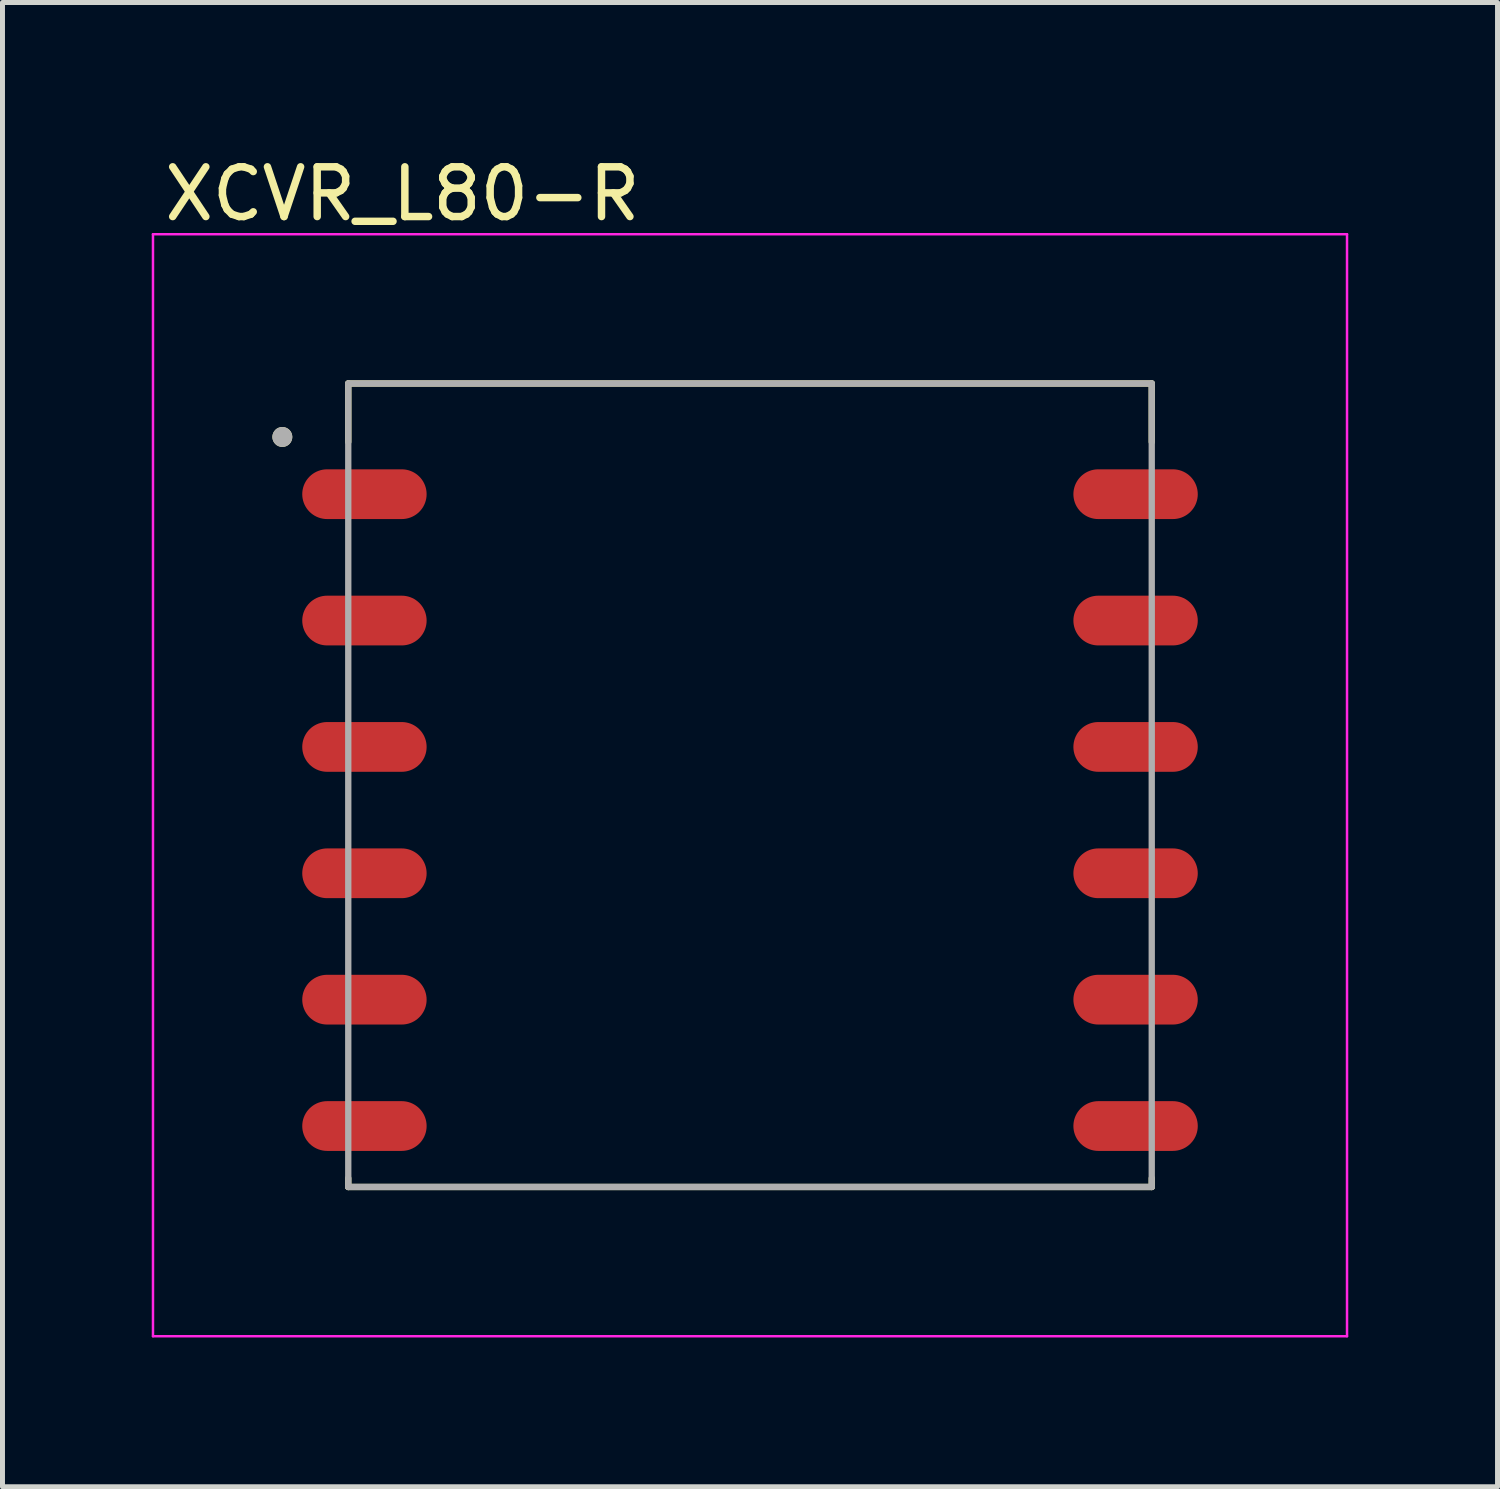
<source format=kicad_pcb>
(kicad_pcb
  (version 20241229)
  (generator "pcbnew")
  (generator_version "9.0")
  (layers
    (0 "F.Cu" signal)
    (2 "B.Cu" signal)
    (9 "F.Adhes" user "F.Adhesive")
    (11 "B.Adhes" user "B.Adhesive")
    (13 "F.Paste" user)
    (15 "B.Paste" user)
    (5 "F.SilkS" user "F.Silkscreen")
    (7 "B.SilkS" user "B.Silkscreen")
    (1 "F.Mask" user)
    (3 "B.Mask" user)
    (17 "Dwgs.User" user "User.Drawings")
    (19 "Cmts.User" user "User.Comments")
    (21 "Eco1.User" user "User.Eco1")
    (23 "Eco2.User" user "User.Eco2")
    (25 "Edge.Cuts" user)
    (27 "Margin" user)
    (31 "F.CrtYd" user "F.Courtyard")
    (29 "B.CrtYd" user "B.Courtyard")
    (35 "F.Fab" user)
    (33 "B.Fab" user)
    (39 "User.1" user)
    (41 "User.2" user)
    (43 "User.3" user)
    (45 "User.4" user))
  (footprint "XCVR_L80-R"
    (layer "F.Cu")
    (at 12.025 13.233)
    (property "Reference" "XCVR_L80-R" (at -6.985 -12.385 0) (layer "F.SilkS") (effects (font (size 1 1) (thickness 0.15))))
    (attr smd)
    (fp_line (start -8.075 -8.575) (end -8.075 -7.4) (stroke (width 0.127) (type solid)) (layer "F.SilkS"))
    (fp_line (start -8.075 -8.575) (end 8.075 -8.575) (stroke (width 0.127) (type solid)) (layer "F.SilkS"))
    (fp_line (start -8.075 7.575) (end -8.075 7.4) (stroke (width 0.127) (type solid)) (layer "F.SilkS"))
    (fp_line (start 8.075 -8.575) (end 8.075 -7.4) (stroke (width 0.127) (type solid)) (layer "F.SilkS"))
    (fp_line (start 8.075 7.575) (end -8.075 7.575) (stroke (width 0.127) (type solid)) (layer "F.SilkS"))
    (fp_line (start 8.075 7.575) (end 8.075 7.4) (stroke (width 0.127) (type solid)) (layer "F.SilkS"))
    (fp_circle (center -9.4 -7.5) (end -9.3 -7.5) (stroke (width 0.2) (type solid)) (fill no) (layer "F.SilkS"))
    (fp_poly (pts (xy -8 -6.85) (xy -7.1 -6.85) (xy -7.048 -6.847) (xy -6.996 -6.839) (xy -6.945 -6.826) (xy -6.897 -6.807) (xy -6.85 -6.783) (xy -6.806 -6.755) (xy -6.765 -6.722) (xy -6.728 -6.685) (xy -6.695 -6.644) (xy -6.667 -6.6) (xy -6.643 -6.553) (xy -6.624 -6.505) (xy -6.611 -6.454) (xy -6.603 -6.402) (xy -6.6 -6.35) (xy -6.603 -6.298) (xy -6.611 -6.246) (xy -6.624 -6.195) (xy -6.643 -6.147) (xy -6.667 -6.1) (xy -6.695 -6.056) (xy -6.728 -6.015) (xy -6.765 -5.978) (xy -6.806 -5.945) (xy -6.85 -5.917) (xy -6.897 -5.893) (xy -6.945 -5.874) (xy -6.996 -5.861) (xy -7.048 -5.853) (xy -7.1 -5.85) (xy -8.9 -5.85) (xy -8.952 -5.853) (xy -9.004 -5.861) (xy -9.055 -5.874) (xy -9.103 -5.893) (xy -9.15 -5.917) (xy -9.194 -5.945) (xy -9.235 -5.978) (xy -9.272 -6.015) (xy -9.305 -6.056) (xy -9.333 -6.1) (xy -9.357 -6.147) (xy -9.376 -6.195) (xy -9.389 -6.246) (xy -9.397 -6.298) (xy -9.4 -6.35) (xy -9.397 -6.402) (xy -9.389 -6.454) (xy -9.376 -6.505) (xy -9.357 -6.553) (xy -9.333 -6.6) (xy -9.305 -6.644) (xy -9.272 -6.685) (xy -9.235 -6.722) (xy -9.194 -6.755) (xy -9.15 -6.783) (xy -9.103 -6.807) (xy -9.055 -6.826) (xy -9.004 -6.839) (xy -8.952 -6.847) (xy -8.9 -6.85) (xy -8 -6.85)) (stroke (width 0.0001) (type solid)) (fill yes) (layer "F.Paste"))
    (fp_poly (pts (xy -8 -4.31) (xy -7.1 -4.31) (xy -7.048 -4.307) (xy -6.996 -4.299) (xy -6.945 -4.286) (xy -6.897 -4.267) (xy -6.85 -4.243) (xy -6.806 -4.215) (xy -6.765 -4.182) (xy -6.728 -4.145) (xy -6.695 -4.104) (xy -6.667 -4.06) (xy -6.643 -4.013) (xy -6.624 -3.965) (xy -6.611 -3.914) (xy -6.603 -3.862) (xy -6.6 -3.81) (xy -6.603 -3.758) (xy -6.611 -3.706) (xy -6.624 -3.655) (xy -6.643 -3.607) (xy -6.667 -3.56) (xy -6.695 -3.516) (xy -6.728 -3.475) (xy -6.765 -3.438) (xy -6.806 -3.405) (xy -6.85 -3.377) (xy -6.897 -3.353) (xy -6.945 -3.334) (xy -6.996 -3.321) (xy -7.048 -3.313) (xy -7.1 -3.31) (xy -8.9 -3.31) (xy -8.952 -3.313) (xy -9.004 -3.321) (xy -9.055 -3.334) (xy -9.103 -3.353) (xy -9.15 -3.377) (xy -9.194 -3.405) (xy -9.235 -3.438) (xy -9.272 -3.475) (xy -9.305 -3.516) (xy -9.333 -3.56) (xy -9.357 -3.607) (xy -9.376 -3.655) (xy -9.389 -3.706) (xy -9.397 -3.758) (xy -9.4 -3.81) (xy -9.397 -3.862) (xy -9.389 -3.914) (xy -9.376 -3.965) (xy -9.357 -4.013) (xy -9.333 -4.06) (xy -9.305 -4.104) (xy -9.272 -4.145) (xy -9.235 -4.182) (xy -9.194 -4.215) (xy -9.15 -4.243) (xy -9.103 -4.267) (xy -9.055 -4.286) (xy -9.004 -4.299) (xy -8.952 -4.307) (xy -8.9 -4.31) (xy -8 -4.31)) (stroke (width 0.0001) (type solid)) (fill yes) (layer "F.Paste"))
    (fp_poly (pts (xy -8 -1.77) (xy -7.1 -1.77) (xy -7.048 -1.767) (xy -6.996 -1.759) (xy -6.945 -1.746) (xy -6.897 -1.727) (xy -6.85 -1.703) (xy -6.806 -1.675) (xy -6.765 -1.642) (xy -6.728 -1.605) (xy -6.695 -1.564) (xy -6.667 -1.52) (xy -6.643 -1.473) (xy -6.624 -1.425) (xy -6.611 -1.374) (xy -6.603 -1.322) (xy -6.6 -1.27) (xy -6.603 -1.218) (xy -6.611 -1.166) (xy -6.624 -1.115) (xy -6.643 -1.067) (xy -6.667 -1.02) (xy -6.695 -0.976) (xy -6.728 -0.935) (xy -6.765 -0.898) (xy -6.806 -0.865) (xy -6.85 -0.837) (xy -6.897 -0.813) (xy -6.945 -0.794) (xy -6.996 -0.781) (xy -7.048 -0.773) (xy -7.1 -0.77) (xy -8.9 -0.77) (xy -8.952 -0.773) (xy -9.004 -0.781) (xy -9.055 -0.794) (xy -9.103 -0.813) (xy -9.15 -0.837) (xy -9.194 -0.865) (xy -9.235 -0.898) (xy -9.272 -0.935) (xy -9.305 -0.976) (xy -9.333 -1.02) (xy -9.357 -1.067) (xy -9.376 -1.115) (xy -9.389 -1.166) (xy -9.397 -1.218) (xy -9.4 -1.27) (xy -9.397 -1.322) (xy -9.389 -1.374) (xy -9.376 -1.425) (xy -9.357 -1.473) (xy -9.333 -1.52) (xy -9.305 -1.564) (xy -9.272 -1.605) (xy -9.235 -1.642) (xy -9.194 -1.675) (xy -9.15 -1.703) (xy -9.103 -1.727) (xy -9.055 -1.746) (xy -9.004 -1.759) (xy -8.952 -1.767) (xy -8.9 -1.77) (xy -8 -1.77)) (stroke (width 0.0001) (type solid)) (fill yes) (layer "F.Paste"))
    (fp_poly (pts (xy -8 0.77) (xy -7.1 0.77) (xy -7.048 0.773) (xy -6.996 0.781) (xy -6.945 0.794) (xy -6.897 0.813) (xy -6.85 0.837) (xy -6.806 0.865) (xy -6.765 0.898) (xy -6.728 0.935) (xy -6.695 0.976) (xy -6.667 1.02) (xy -6.643 1.067) (xy -6.624 1.115) (xy -6.611 1.166) (xy -6.603 1.218) (xy -6.6 1.27) (xy -6.603 1.322) (xy -6.611 1.374) (xy -6.624 1.425) (xy -6.643 1.473) (xy -6.667 1.52) (xy -6.695 1.564) (xy -6.728 1.605) (xy -6.765 1.642) (xy -6.806 1.675) (xy -6.85 1.703) (xy -6.897 1.727) (xy -6.945 1.746) (xy -6.996 1.759) (xy -7.048 1.767) (xy -7.1 1.77) (xy -8.9 1.77) (xy -8.952 1.767) (xy -9.004 1.759) (xy -9.055 1.746) (xy -9.103 1.727) (xy -9.15 1.703) (xy -9.194 1.675) (xy -9.235 1.642) (xy -9.272 1.605) (xy -9.305 1.564) (xy -9.333 1.52) (xy -9.357 1.473) (xy -9.376 1.425) (xy -9.389 1.374) (xy -9.397 1.322) (xy -9.4 1.27) (xy -9.397 1.218) (xy -9.389 1.166) (xy -9.376 1.115) (xy -9.357 1.067) (xy -9.333 1.02) (xy -9.305 0.976) (xy -9.272 0.935) (xy -9.235 0.898) (xy -9.194 0.865) (xy -9.15 0.837) (xy -9.103 0.813) (xy -9.055 0.794) (xy -9.004 0.781) (xy -8.952 0.773) (xy -8.9 0.77) (xy -8 0.77)) (stroke (width 0.0001) (type solid)) (fill yes) (layer "F.Paste"))
    (fp_poly (pts (xy -8 3.31) (xy -7.1 3.31) (xy -7.048 3.313) (xy -6.996 3.321) (xy -6.945 3.334) (xy -6.897 3.353) (xy -6.85 3.377) (xy -6.806 3.405) (xy -6.765 3.438) (xy -6.728 3.475) (xy -6.695 3.516) (xy -6.667 3.56) (xy -6.643 3.607) (xy -6.624 3.655) (xy -6.611 3.706) (xy -6.603 3.758) (xy -6.6 3.81) (xy -6.603 3.862) (xy -6.611 3.914) (xy -6.624 3.965) (xy -6.643 4.013) (xy -6.667 4.06) (xy -6.695 4.104) (xy -6.728 4.145) (xy -6.765 4.182) (xy -6.806 4.215) (xy -6.85 4.243) (xy -6.897 4.267) (xy -6.945 4.286) (xy -6.996 4.299) (xy -7.048 4.307) (xy -7.1 4.31) (xy -8.9 4.31) (xy -8.952 4.307) (xy -9.004 4.299) (xy -9.055 4.286) (xy -9.103 4.267) (xy -9.15 4.243) (xy -9.194 4.215) (xy -9.235 4.182) (xy -9.272 4.145) (xy -9.305 4.104) (xy -9.333 4.06) (xy -9.357 4.013) (xy -9.376 3.965) (xy -9.389 3.914) (xy -9.397 3.862) (xy -9.4 3.81) (xy -9.397 3.758) (xy -9.389 3.706) (xy -9.376 3.655) (xy -9.357 3.607) (xy -9.333 3.56) (xy -9.305 3.516) (xy -9.272 3.475) (xy -9.235 3.438) (xy -9.194 3.405) (xy -9.15 3.377) (xy -9.103 3.353) (xy -9.055 3.334) (xy -9.004 3.321) (xy -8.952 3.313) (xy -8.9 3.31) (xy -8 3.31)) (stroke (width 0.0001) (type solid)) (fill yes) (layer "F.Paste"))
    (fp_poly (pts (xy -8 5.85) (xy -7.1 5.85) (xy -7.048 5.853) (xy -6.996 5.861) (xy -6.945 5.874) (xy -6.897 5.893) (xy -6.85 5.917) (xy -6.806 5.945) (xy -6.765 5.978) (xy -6.728 6.015) (xy -6.695 6.056) (xy -6.667 6.1) (xy -6.643 6.147) (xy -6.624 6.195) (xy -6.611 6.246) (xy -6.603 6.298) (xy -6.6 6.35) (xy -6.603 6.402) (xy -6.611 6.454) (xy -6.624 6.505) (xy -6.643 6.553) (xy -6.667 6.6) (xy -6.695 6.644) (xy -6.728 6.685) (xy -6.765 6.722) (xy -6.806 6.755) (xy -6.85 6.783) (xy -6.897 6.807) (xy -6.945 6.826) (xy -6.996 6.839) (xy -7.048 6.847) (xy -7.1 6.85) (xy -8.9 6.85) (xy -8.952 6.847) (xy -9.004 6.839) (xy -9.055 6.826) (xy -9.103 6.807) (xy -9.15 6.783) (xy -9.194 6.755) (xy -9.235 6.722) (xy -9.272 6.685) (xy -9.305 6.644) (xy -9.333 6.6) (xy -9.357 6.553) (xy -9.376 6.505) (xy -9.389 6.454) (xy -9.397 6.402) (xy -9.4 6.35) (xy -9.397 6.298) (xy -9.389 6.246) (xy -9.376 6.195) (xy -9.357 6.147) (xy -9.333 6.1) (xy -9.305 6.056) (xy -9.272 6.015) (xy -9.235 5.978) (xy -9.194 5.945) (xy -9.15 5.917) (xy -9.103 5.893) (xy -9.055 5.874) (xy -9.004 5.861) (xy -8.952 5.853) (xy -8.9 5.85) (xy -8 5.85)) (stroke (width 0.0001) (type solid)) (fill yes) (layer "F.Paste"))
    (fp_poly (pts (xy 8 -6.85) (xy 8.9 -6.85) (xy 8.952 -6.847) (xy 9.004 -6.839) (xy 9.055 -6.826) (xy 9.103 -6.807) (xy 9.15 -6.783) (xy 9.194 -6.755) (xy 9.235 -6.722) (xy 9.272 -6.685) (xy 9.305 -6.644) (xy 9.333 -6.6) (xy 9.357 -6.553) (xy 9.376 -6.505) (xy 9.389 -6.454) (xy 9.397 -6.402) (xy 9.4 -6.35) (xy 9.397 -6.298) (xy 9.389 -6.246) (xy 9.376 -6.195) (xy 9.357 -6.147) (xy 9.333 -6.1) (xy 9.305 -6.056) (xy 9.272 -6.015) (xy 9.235 -5.978) (xy 9.194 -5.945) (xy 9.15 -5.917) (xy 9.103 -5.893) (xy 9.055 -5.874) (xy 9.004 -5.861) (xy 8.952 -5.853) (xy 8.9 -5.85) (xy 7.1 -5.85) (xy 7.048 -5.853) (xy 6.996 -5.861) (xy 6.945 -5.874) (xy 6.897 -5.893) (xy 6.85 -5.917) (xy 6.806 -5.945) (xy 6.765 -5.978) (xy 6.728 -6.015) (xy 6.695 -6.056) (xy 6.667 -6.1) (xy 6.643 -6.147) (xy 6.624 -6.195) (xy 6.611 -6.246) (xy 6.603 -6.298) (xy 6.6 -6.35) (xy 6.603 -6.402) (xy 6.611 -6.454) (xy 6.624 -6.505) (xy 6.643 -6.553) (xy 6.667 -6.6) (xy 6.695 -6.644) (xy 6.728 -6.685) (xy 6.765 -6.722) (xy 6.806 -6.755) (xy 6.85 -6.783) (xy 6.897 -6.807) (xy 6.945 -6.826) (xy 6.996 -6.839) (xy 7.048 -6.847) (xy 7.1 -6.85) (xy 8 -6.85)) (stroke (width 0.0001) (type solid)) (fill yes) (layer "F.Paste"))
    (fp_poly (pts (xy 8 -4.31) (xy 8.9 -4.31) (xy 8.952 -4.307) (xy 9.004 -4.299) (xy 9.055 -4.286) (xy 9.103 -4.267) (xy 9.15 -4.243) (xy 9.194 -4.215) (xy 9.235 -4.182) (xy 9.272 -4.145) (xy 9.305 -4.104) (xy 9.333 -4.06) (xy 9.357 -4.013) (xy 9.376 -3.965) (xy 9.389 -3.914) (xy 9.397 -3.862) (xy 9.4 -3.81) (xy 9.397 -3.758) (xy 9.389 -3.706) (xy 9.376 -3.655) (xy 9.357 -3.607) (xy 9.333 -3.56) (xy 9.305 -3.516) (xy 9.272 -3.475) (xy 9.235 -3.438) (xy 9.194 -3.405) (xy 9.15 -3.377) (xy 9.103 -3.353) (xy 9.055 -3.334) (xy 9.004 -3.321) (xy 8.952 -3.313) (xy 8.9 -3.31) (xy 7.1 -3.31) (xy 7.048 -3.313) (xy 6.996 -3.321) (xy 6.945 -3.334) (xy 6.897 -3.353) (xy 6.85 -3.377) (xy 6.806 -3.405) (xy 6.765 -3.438) (xy 6.728 -3.475) (xy 6.695 -3.516) (xy 6.667 -3.56) (xy 6.643 -3.607) (xy 6.624 -3.655) (xy 6.611 -3.706) (xy 6.603 -3.758) (xy 6.6 -3.81) (xy 6.603 -3.862) (xy 6.611 -3.914) (xy 6.624 -3.965) (xy 6.643 -4.013) (xy 6.667 -4.06) (xy 6.695 -4.104) (xy 6.728 -4.145) (xy 6.765 -4.182) (xy 6.806 -4.215) (xy 6.85 -4.243) (xy 6.897 -4.267) (xy 6.945 -4.286) (xy 6.996 -4.299) (xy 7.048 -4.307) (xy 7.1 -4.31) (xy 8 -4.31)) (stroke (width 0.0001) (type solid)) (fill yes) (layer "F.Paste"))
    (fp_poly (pts (xy 8 -1.77) (xy 8.9 -1.77) (xy 8.952 -1.767) (xy 9.004 -1.759) (xy 9.055 -1.746) (xy 9.103 -1.727) (xy 9.15 -1.703) (xy 9.194 -1.675) (xy 9.235 -1.642) (xy 9.272 -1.605) (xy 9.305 -1.564) (xy 9.333 -1.52) (xy 9.357 -1.473) (xy 9.376 -1.425) (xy 9.389 -1.374) (xy 9.397 -1.322) (xy 9.4 -1.27) (xy 9.397 -1.218) (xy 9.389 -1.166) (xy 9.376 -1.115) (xy 9.357 -1.067) (xy 9.333 -1.02) (xy 9.305 -0.976) (xy 9.272 -0.935) (xy 9.235 -0.898) (xy 9.194 -0.865) (xy 9.15 -0.837) (xy 9.103 -0.813) (xy 9.055 -0.794) (xy 9.004 -0.781) (xy 8.952 -0.773) (xy 8.9 -0.77) (xy 7.1 -0.77) (xy 7.048 -0.773) (xy 6.996 -0.781) (xy 6.945 -0.794) (xy 6.897 -0.813) (xy 6.85 -0.837) (xy 6.806 -0.865) (xy 6.765 -0.898) (xy 6.728 -0.935) (xy 6.695 -0.976) (xy 6.667 -1.02) (xy 6.643 -1.067) (xy 6.624 -1.115) (xy 6.611 -1.166) (xy 6.603 -1.218) (xy 6.6 -1.27) (xy 6.603 -1.322) (xy 6.611 -1.374) (xy 6.624 -1.425) (xy 6.643 -1.473) (xy 6.667 -1.52) (xy 6.695 -1.564) (xy 6.728 -1.605) (xy 6.765 -1.642) (xy 6.806 -1.675) (xy 6.85 -1.703) (xy 6.897 -1.727) (xy 6.945 -1.746) (xy 6.996 -1.759) (xy 7.048 -1.767) (xy 7.1 -1.77) (xy 8 -1.77)) (stroke (width 0.0001) (type solid)) (fill yes) (layer "F.Paste"))
    (fp_poly (pts (xy 8 0.77) (xy 8.9 0.77) (xy 8.952 0.773) (xy 9.004 0.781) (xy 9.055 0.794) (xy 9.103 0.813) (xy 9.15 0.837) (xy 9.194 0.865) (xy 9.235 0.898) (xy 9.272 0.935) (xy 9.305 0.976) (xy 9.333 1.02) (xy 9.357 1.067) (xy 9.376 1.115) (xy 9.389 1.166) (xy 9.397 1.218) (xy 9.4 1.27) (xy 9.397 1.322) (xy 9.389 1.374) (xy 9.376 1.425) (xy 9.357 1.473) (xy 9.333 1.52) (xy 9.305 1.564) (xy 9.272 1.605) (xy 9.235 1.642) (xy 9.194 1.675) (xy 9.15 1.703) (xy 9.103 1.727) (xy 9.055 1.746) (xy 9.004 1.759) (xy 8.952 1.767) (xy 8.9 1.77) (xy 7.1 1.77) (xy 7.048 1.767) (xy 6.996 1.759) (xy 6.945 1.746) (xy 6.897 1.727) (xy 6.85 1.703) (xy 6.806 1.675) (xy 6.765 1.642) (xy 6.728 1.605) (xy 6.695 1.564) (xy 6.667 1.52) (xy 6.643 1.473) (xy 6.624 1.425) (xy 6.611 1.374) (xy 6.603 1.322) (xy 6.6 1.27) (xy 6.603 1.218) (xy 6.611 1.166) (xy 6.624 1.115) (xy 6.643 1.067) (xy 6.667 1.02) (xy 6.695 0.976) (xy 6.728 0.935) (xy 6.765 0.898) (xy 6.806 0.865) (xy 6.85 0.837) (xy 6.897 0.813) (xy 6.945 0.794) (xy 6.996 0.781) (xy 7.048 0.773) (xy 7.1 0.77) (xy 8 0.77)) (stroke (width 0.0001) (type solid)) (fill yes) (layer "F.Paste"))
    (fp_poly (pts (xy 8 3.31) (xy 8.9 3.31) (xy 8.952 3.313) (xy 9.004 3.321) (xy 9.055 3.334) (xy 9.103 3.353) (xy 9.15 3.377) (xy 9.194 3.405) (xy 9.235 3.438) (xy 9.272 3.475) (xy 9.305 3.516) (xy 9.333 3.56) (xy 9.357 3.607) (xy 9.376 3.655) (xy 9.389 3.706) (xy 9.397 3.758) (xy 9.4 3.81) (xy 9.397 3.862) (xy 9.389 3.914) (xy 9.376 3.965) (xy 9.357 4.013) (xy 9.333 4.06) (xy 9.305 4.104) (xy 9.272 4.145) (xy 9.235 4.182) (xy 9.194 4.215) (xy 9.15 4.243) (xy 9.103 4.267) (xy 9.055 4.286) (xy 9.004 4.299) (xy 8.952 4.307) (xy 8.9 4.31) (xy 7.1 4.31) (xy 7.048 4.307) (xy 6.996 4.299) (xy 6.945 4.286) (xy 6.897 4.267) (xy 6.85 4.243) (xy 6.806 4.215) (xy 6.765 4.182) (xy 6.728 4.145) (xy 6.695 4.104) (xy 6.667 4.06) (xy 6.643 4.013) (xy 6.624 3.965) (xy 6.611 3.914) (xy 6.603 3.862) (xy 6.6 3.81) (xy 6.603 3.758) (xy 6.611 3.706) (xy 6.624 3.655) (xy 6.643 3.607) (xy 6.667 3.56) (xy 6.695 3.516) (xy 6.728 3.475) (xy 6.765 3.438) (xy 6.806 3.405) (xy 6.85 3.377) (xy 6.897 3.353) (xy 6.945 3.334) (xy 6.996 3.321) (xy 7.048 3.313) (xy 7.1 3.31) (xy 8 3.31)) (stroke (width 0.0001) (type solid)) (fill yes) (layer "F.Paste"))
    (fp_poly (pts (xy 8 5.85) (xy 8.9 5.85) (xy 8.952 5.853) (xy 9.004 5.861) (xy 9.055 5.874) (xy 9.103 5.893) (xy 9.15 5.917) (xy 9.194 5.945) (xy 9.235 5.978) (xy 9.272 6.015) (xy 9.305 6.056) (xy 9.333 6.1) (xy 9.357 6.147) (xy 9.376 6.195) (xy 9.389 6.246) (xy 9.397 6.298) (xy 9.4 6.35) (xy 9.397 6.402) (xy 9.389 6.454) (xy 9.376 6.505) (xy 9.357 6.553) (xy 9.333 6.6) (xy 9.305 6.644) (xy 9.272 6.685) (xy 9.235 6.722) (xy 9.194 6.755) (xy 9.15 6.783) (xy 9.103 6.807) (xy 9.055 6.826) (xy 9.004 6.839) (xy 8.952 6.847) (xy 8.9 6.85) (xy 7.1 6.85) (xy 7.048 6.847) (xy 6.996 6.839) (xy 6.945 6.826) (xy 6.897 6.807) (xy 6.85 6.783) (xy 6.806 6.755) (xy 6.765 6.722) (xy 6.728 6.685) (xy 6.695 6.644) (xy 6.667 6.6) (xy 6.643 6.553) (xy 6.624 6.505) (xy 6.611 6.454) (xy 6.603 6.402) (xy 6.6 6.35) (xy 6.603 6.298) (xy 6.611 6.246) (xy 6.624 6.195) (xy 6.643 6.147) (xy 6.667 6.1) (xy 6.695 6.056) (xy 6.728 6.015) (xy 6.765 5.978) (xy 6.806 5.945) (xy 6.85 5.917) (xy 6.897 5.893) (xy 6.945 5.874) (xy 6.996 5.861) (xy 7.048 5.853) (xy 7.1 5.85) (xy 8 5.85)) (stroke (width 0.0001) (type solid)) (fill yes) (layer "F.Paste"))
    (fp_line (start -12 -11.575) (end 12 -11.575) (stroke (width 0.05) (type solid)) (layer "F.CrtYd"))
    (fp_line (start -12 10.575) (end -12 -11.575) (stroke (width 0.05) (type solid)) (layer "F.CrtYd"))
    (fp_line (start 12 -11.575) (end 12 10.575) (stroke (width 0.05) (type solid)) (layer "F.CrtYd"))
    (fp_line (start 12 10.575) (end -12 10.575) (stroke (width 0.05) (type solid)) (layer "F.CrtYd"))
    (fp_line (start -8.075 -8.575) (end 8.075 -8.575) (stroke (width 0.127) (type solid)) (layer "F.Fab"))
    (fp_line (start -8.075 7.575) (end -8.075 -8.575) (stroke (width 0.127) (type solid)) (layer "F.Fab"))
    (fp_line (start 8.075 -8.575) (end 8.075 7.575) (stroke (width 0.127) (type solid)) (layer "F.Fab"))
    (fp_line (start 8.075 7.575) (end -8.075 7.575) (stroke (width 0.127) (type solid)) (layer "F.Fab"))
    (fp_circle (center -9.4 -7.5) (end -9.3 -7.5) (stroke (width 0.2) (type solid)) (fill no) (layer "F.Fab"))
    (pad "1" smd oval (at -7.75 -6.35) (size 2.5 1) (layers "F.Cu" "F.Mask"))
    (pad "2" smd oval (at -7.75 -3.81) (size 2.5 1) (layers "F.Cu" "F.Mask"))
    (pad "3" smd oval (at -7.75 -1.27) (size 2.5 1) (layers "F.Cu" "F.Mask"))
    (pad "4" smd oval (at -7.75 1.27) (size 2.5 1) (layers "F.Cu" "F.Mask"))
    (pad "5" smd oval (at -7.75 3.81) (size 2.5 1) (layers "F.Cu" "F.Mask"))
    (pad "6" smd oval (at -7.75 6.35) (size 2.5 1) (layers "F.Cu" "F.Mask"))
    (pad "7" smd oval (at 7.75 6.35) (size 2.5 1) (layers "F.Cu" "F.Mask"))
    (pad "8" smd oval (at 7.75 3.81) (size 2.5 1) (layers "F.Cu" "F.Mask"))
    (pad "9" smd oval (at 7.75 1.27) (size 2.5 1) (layers "F.Cu" "F.Mask"))
    (pad "10" smd oval (at 7.75 -1.27) (size 2.5 1) (layers "F.Cu" "F.Mask"))
    (pad "11" smd oval (at 7.75 -3.81) (size 2.5 1) (layers "F.Cu" "F.Mask"))
    (pad "12" smd oval (at 7.75 -6.35) (size 2.5 1) (layers "F.Cu" "F.Mask")))
  (gr_rect
    (start -3 -3)
    (end 27.05 26.833)
    (stroke (width 0.1) (type default))
    (fill no)
    (layer "Edge.Cuts")))
</source>
